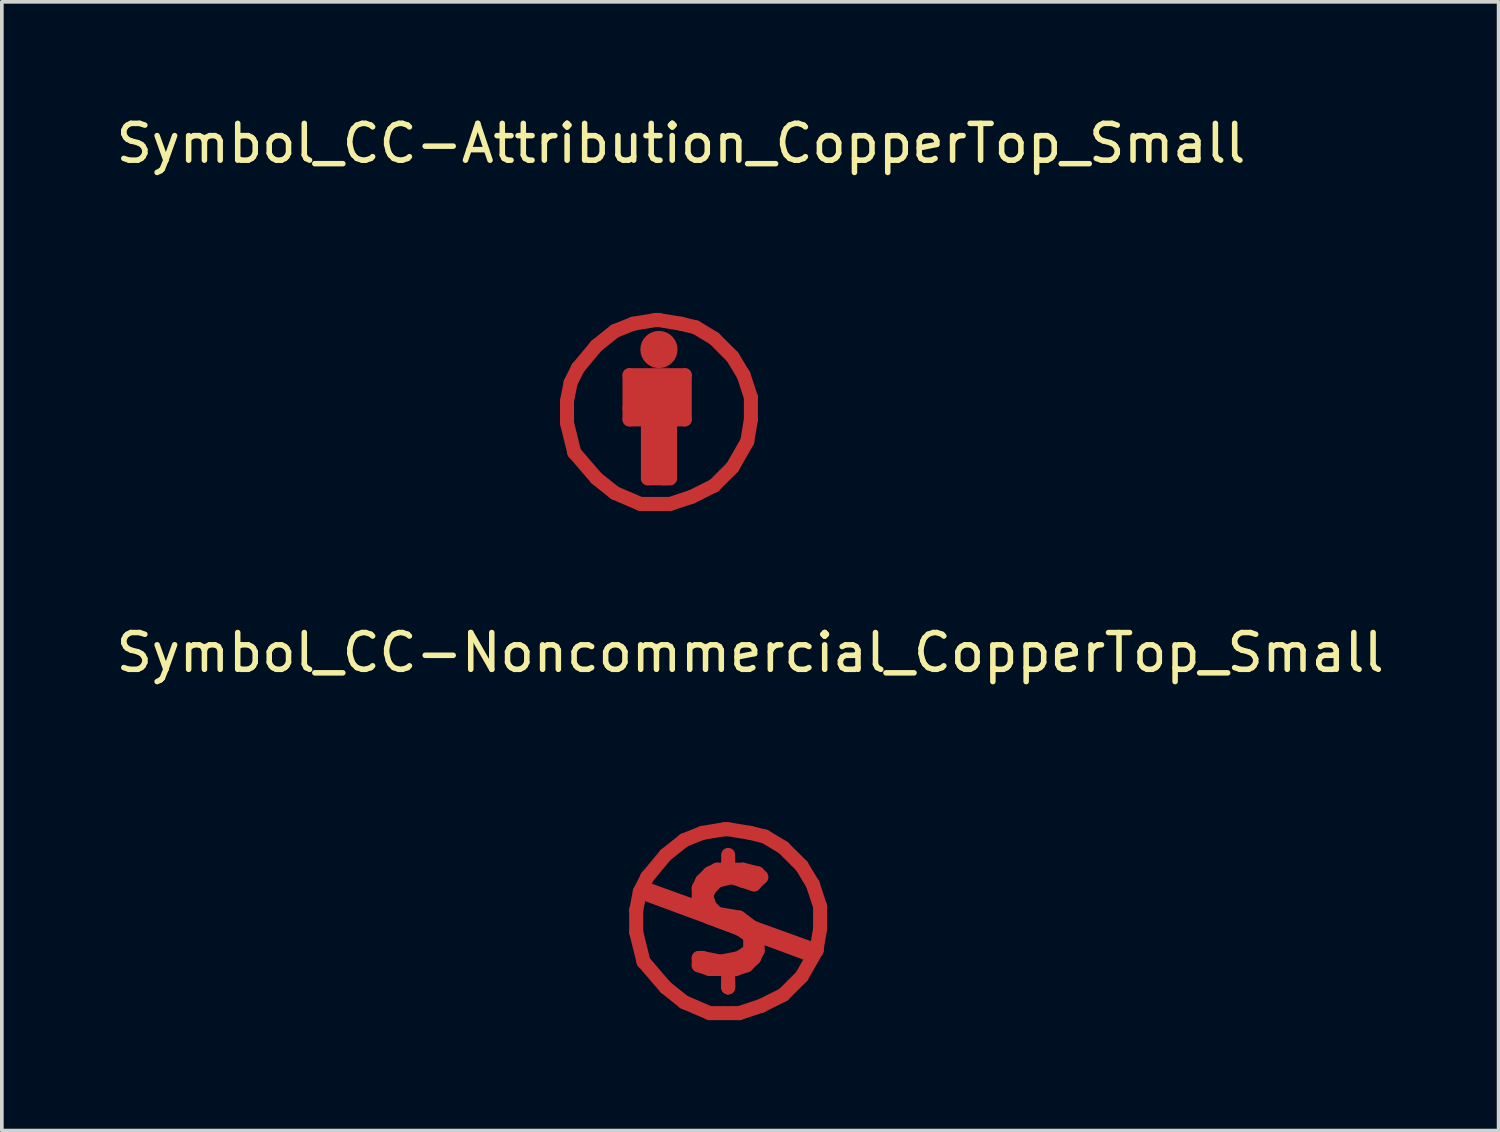
<source format=kicad_pcb>
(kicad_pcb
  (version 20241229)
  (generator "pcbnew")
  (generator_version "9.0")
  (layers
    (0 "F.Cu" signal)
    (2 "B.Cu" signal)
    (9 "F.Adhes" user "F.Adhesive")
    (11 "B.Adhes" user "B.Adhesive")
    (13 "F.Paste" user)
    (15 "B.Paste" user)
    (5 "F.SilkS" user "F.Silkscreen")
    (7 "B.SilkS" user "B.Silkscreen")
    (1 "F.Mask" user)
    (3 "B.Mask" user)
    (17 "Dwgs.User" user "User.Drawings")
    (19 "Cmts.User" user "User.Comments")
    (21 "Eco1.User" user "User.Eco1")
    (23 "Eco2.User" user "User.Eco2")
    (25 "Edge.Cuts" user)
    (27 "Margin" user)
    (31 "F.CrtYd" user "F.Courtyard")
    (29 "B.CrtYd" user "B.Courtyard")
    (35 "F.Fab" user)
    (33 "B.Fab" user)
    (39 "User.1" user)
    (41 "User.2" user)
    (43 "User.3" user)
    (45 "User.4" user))
  (footprint "Symbol_CC-Noncommercial_CopperTop_Small"
    (layer "F.Cu")
    (at 16.74 21.986)
    (property "Reference" "Symbol_CC-Noncommercial_CopperTop_Small" (at 0.599 -7.3 0) (layer "F.SilkS") (effects (font (size 1 1) (thickness 0.15))))
    (attr through_hole)
    (fp_line (start -2.499 -0.3) (end -2.499 0.3) (stroke (width 0.381) (type solid)) (layer "F.Cu"))
    (fp_line (start -2.499 0.3) (end -2.301 1.1) (stroke (width 0.381) (type solid)) (layer "F.Cu"))
    (fp_line (start -2.4 -0.8) (end -2.499 -0.3) (stroke (width 0.381) (type solid)) (layer "F.Cu"))
    (fp_line (start -2.4 -0.8) (end 2.2 0.899) (stroke (width 0.381) (type solid)) (layer "F.Cu"))
    (fp_line (start -2.301 -0.899) (end 2.4 0.8) (stroke (width 0.381) (type solid)) (layer "F.Cu"))
    (fp_line (start -2.301 1.1) (end -1.699 1.801) (stroke (width 0.381) (type solid)) (layer "F.Cu"))
    (fp_line (start -2.2 -1.199) (end -2.4 -0.8) (stroke (width 0.381) (type solid)) (layer "F.Cu"))
    (fp_line (start -1.699 -1.801) (end -2.2 -1.199) (stroke (width 0.381) (type solid)) (layer "F.Cu"))
    (fp_line (start -1.699 1.801) (end -1.199 2.2) (stroke (width 0.381) (type solid)) (layer "F.Cu"))
    (fp_line (start -1.199 -2.2) (end -1.699 -1.801) (stroke (width 0.381) (type solid)) (layer "F.Cu"))
    (fp_line (start -1.199 2.2) (end -0.5 2.499) (stroke (width 0.381) (type solid)) (layer "F.Cu"))
    (fp_line (start -0.8 -0.899) (end -0.8 -0.599) (stroke (width 0.381) (type solid)) (layer "F.Cu"))
    (fp_line (start -0.8 -0.599) (end -0.701 -0.3) (stroke (width 0.381) (type solid)) (layer "F.Cu"))
    (fp_line (start -0.8 1.001) (end -0.8 1.199) (stroke (width 0.381) (type solid)) (layer "F.Cu"))
    (fp_line (start -0.8 1.199) (end -0.5 1.3) (stroke (width 0.381) (type solid)) (layer "F.Cu"))
    (fp_line (start -0.701 -2.4) (end -1.199 -2.2) (stroke (width 0.381) (type solid)) (layer "F.Cu"))
    (fp_line (start -0.701 -1.1) (end -0.8 -0.899) (stroke (width 0.381) (type solid)) (layer "F.Cu"))
    (fp_line (start -0.701 -0.3) (end -0.5 -0.099) (stroke (width 0.381) (type solid)) (layer "F.Cu"))
    (fp_line (start -0.701 1.001) (end -0.8 1.001) (stroke (width 0.381) (type solid)) (layer "F.Cu"))
    (fp_line (start -0.599 -0.701) (end -0.5 -0.899) (stroke (width 0.381) (type solid)) (layer "F.Cu"))
    (fp_line (start -0.5 -1.3) (end -0.701 -1.1) (stroke (width 0.381) (type solid)) (layer "F.Cu"))
    (fp_line (start -0.5 -0.899) (end -0.3 -1.1) (stroke (width 0.381) (type solid)) (layer "F.Cu"))
    (fp_line (start -0.5 -0.399) (end -0.599 -0.701) (stroke (width 0.381) (type solid)) (layer "F.Cu"))
    (fp_line (start -0.5 -0.099) (end 0.3 0.201) (stroke (width 0.381) (type solid)) (layer "F.Cu"))
    (fp_line (start -0.5 1.3) (end 0.201 1.3) (stroke (width 0.381) (type solid)) (layer "F.Cu"))
    (fp_line (start -0.5 2.499) (end 0.3 2.499) (stroke (width 0.381) (type solid)) (layer "F.Cu"))
    (fp_line (start -0.3 -1.4) (end -0.5 -1.3) (stroke (width 0.381) (type solid)) (layer "F.Cu"))
    (fp_line (start -0.3 -1.1) (end 0.099 -1.199) (stroke (width 0.381) (type solid)) (layer "F.Cu"))
    (fp_line (start -0.3 -0.201) (end -0.5 -0.399) (stroke (width 0.381) (type solid)) (layer "F.Cu"))
    (fp_line (start -0.201 1.1) (end -0.701 1.001) (stroke (width 0.381) (type solid)) (layer "F.Cu"))
    (fp_line (start -0.099 -2.499) (end -0.701 -2.4) (stroke (width 0.381) (type solid)) (layer "F.Cu"))
    (fp_line (start 0 -2.499) (end -0.099 -2.499) (stroke (width 0.381) (type solid)) (layer "F.Cu"))
    (fp_line (start 0 -1.501) (end 0 -1.801) (stroke (width 0.381) (type solid)) (layer "F.Cu"))
    (fp_line (start 0 1.3) (end 0 1.801) (stroke (width 0.381) (type solid)) (layer "F.Cu"))
    (fp_line (start 0 1.801) (end 0 1.699) (stroke (width 0.381) (type solid)) (layer "F.Cu"))
    (fp_line (start 0.099 -1.199) (end 0.399 -1.1) (stroke (width 0.381) (type solid)) (layer "F.Cu"))
    (fp_line (start 0.201 1.3) (end 0.5 1.199) (stroke (width 0.381) (type solid)) (layer "F.Cu"))
    (fp_line (start 0.3 -0.099) (end -0.3 -0.201) (stroke (width 0.381) (type solid)) (layer "F.Cu"))
    (fp_line (start 0.3 0.201) (end 0.599 0.399) (stroke (width 0.381) (type solid)) (layer "F.Cu"))
    (fp_line (start 0.3 1.001) (end -0.201 1.1) (stroke (width 0.381) (type solid)) (layer "F.Cu"))
    (fp_line (start 0.3 2.499) (end 0.899 2.301) (stroke (width 0.381) (type solid)) (layer "F.Cu"))
    (fp_line (start 0.399 -1.4) (end -0.3 -1.4) (stroke (width 0.381) (type solid)) (layer "F.Cu"))
    (fp_line (start 0.399 -1.1) (end 0.701 -1.001) (stroke (width 0.381) (type solid)) (layer "F.Cu"))
    (fp_line (start 0.5 1.199) (end 0.701 1.001) (stroke (width 0.381) (type solid)) (layer "F.Cu"))
    (fp_line (start 0.599 -2.4) (end 0 -2.499) (stroke (width 0.381) (type solid)) (layer "F.Cu"))
    (fp_line (start 0.599 0.399) (end 0.599 0.8) (stroke (width 0.381) (type solid)) (layer "F.Cu"))
    (fp_line (start 0.599 0.8) (end 0.3 1.001) (stroke (width 0.381) (type solid)) (layer "F.Cu"))
    (fp_line (start 0.701 -1.001) (end 0.899 -1.199) (stroke (width 0.381) (type solid)) (layer "F.Cu"))
    (fp_line (start 0.701 0.201) (end 0.3 -0.099) (stroke (width 0.381) (type solid)) (layer "F.Cu"))
    (fp_line (start 0.701 1.001) (end 0.8 0.8) (stroke (width 0.381) (type solid)) (layer "F.Cu"))
    (fp_line (start 0.8 -1.3) (end 0.399 -1.4) (stroke (width 0.381) (type solid)) (layer "F.Cu"))
    (fp_line (start 0.8 0.5) (end 0.701 0.201) (stroke (width 0.381) (type solid)) (layer "F.Cu"))
    (fp_line (start 0.8 0.8) (end 0.8 0.5) (stroke (width 0.381) (type solid)) (layer "F.Cu"))
    (fp_line (start 0.899 -1.199) (end 0.8 -1.3) (stroke (width 0.381) (type solid)) (layer "F.Cu"))
    (fp_line (start 0.899 2.301) (end 1.501 1.999) (stroke (width 0.381) (type solid)) (layer "F.Cu"))
    (fp_line (start 1.001 -2.301) (end 0.599 -2.4) (stroke (width 0.381) (type solid)) (layer "F.Cu"))
    (fp_line (start 1.501 -1.999) (end 1.001 -2.301) (stroke (width 0.381) (type solid)) (layer "F.Cu"))
    (fp_line (start 1.501 1.999) (end 1.999 1.501) (stroke (width 0.381) (type solid)) (layer "F.Cu"))
    (fp_line (start 1.999 -1.501) (end 1.501 -1.999) (stroke (width 0.381) (type solid)) (layer "F.Cu"))
    (fp_line (start 1.999 1.501) (end 2.4 0.8) (stroke (width 0.381) (type solid)) (layer "F.Cu"))
    (fp_line (start 2.301 -1.001) (end 1.999 -1.501) (stroke (width 0.381) (type solid)) (layer "F.Cu"))
    (fp_line (start 2.4 0.8) (end 2.499 0.201) (stroke (width 0.381) (type solid)) (layer "F.Cu"))
    (fp_line (start 2.499 -0.399) (end 2.301 -1.001) (stroke (width 0.381) (type solid)) (layer "F.Cu"))
    (fp_line (start 2.499 0.201) (end 2.499 -0.399) (stroke (width 0.381) (type solid)) (layer "F.Cu")))
  (footprint "Symbol_CC-Attribution_CopperTop_Small"
    (layer "F.Cu")
    (at 14.859 8.148)
    (property "Reference" "Symbol_CC-Attribution_CopperTop_Small" (at 0.599 -7.3 0) (layer "F.SilkS") (effects (font (size 1 1) (thickness 0.15))))
    (attr through_hole)
    (fp_line (start -2.499 -0.3) (end -2.499 0.3) (stroke (width 0.381) (type solid)) (layer "F.Cu"))
    (fp_line (start -2.499 0.3) (end -2.301 1.1) (stroke (width 0.381) (type solid)) (layer "F.Cu"))
    (fp_line (start -2.4 -0.8) (end -2.499 -0.3) (stroke (width 0.381) (type solid)) (layer "F.Cu"))
    (fp_line (start -2.301 1.1) (end -1.699 1.801) (stroke (width 0.381) (type solid)) (layer "F.Cu"))
    (fp_line (start -2.2 -1.199) (end -2.4 -0.8) (stroke (width 0.381) (type solid)) (layer "F.Cu"))
    (fp_line (start -1.699 -1.801) (end -2.2 -1.199) (stroke (width 0.381) (type solid)) (layer "F.Cu"))
    (fp_line (start -1.699 1.801) (end -1.199 2.2) (stroke (width 0.381) (type solid)) (layer "F.Cu"))
    (fp_line (start -1.199 -2.2) (end -1.699 -1.801) (stroke (width 0.381) (type solid)) (layer "F.Cu"))
    (fp_line (start -1.199 2.2) (end -0.5 2.499) (stroke (width 0.381) (type solid)) (layer "F.Cu"))
    (fp_line (start -0.8 -1.001) (end 0.701 -1.001) (stroke (width 0.381) (type solid)) (layer "F.Cu"))
    (fp_line (start -0.8 -0.099) (end 0.5 -0.099) (stroke (width 0.381) (type solid)) (layer "F.Cu"))
    (fp_line (start -0.8 0.201) (end -0.8 -1.001) (stroke (width 0.381) (type solid)) (layer "F.Cu"))
    (fp_line (start -0.701 -2.4) (end -1.199 -2.2) (stroke (width 0.381) (type solid)) (layer "F.Cu"))
    (fp_line (start -0.701 -0.701) (end 0.599 -0.701) (stroke (width 0.381) (type solid)) (layer "F.Cu"))
    (fp_line (start -0.5 2.499) (end 0.3 2.499) (stroke (width 0.381) (type solid)) (layer "F.Cu"))
    (fp_line (start -0.3 0.3) (end -0.3 1.801) (stroke (width 0.381) (type solid)) (layer "F.Cu"))
    (fp_line (start -0.3 1.801) (end 0.201 1.801) (stroke (width 0.381) (type solid)) (layer "F.Cu"))
    (fp_line (start -0.099 -2.499) (end -0.701 -2.4) (stroke (width 0.381) (type solid)) (layer "F.Cu"))
    (fp_line (start 0 -2.499) (end -0.099 -2.499) (stroke (width 0.381) (type solid)) (layer "F.Cu"))
    (fp_line (start 0 -1.9) (end 0 -1.501) (stroke (width 0.381) (type solid)) (layer "F.Cu"))
    (fp_line (start 0 0.3) (end 0 1.6) (stroke (width 0.381) (type solid)) (layer "F.Cu"))
    (fp_line (start 0.099 1.801) (end 0.3 1.801) (stroke (width 0.381) (type solid)) (layer "F.Cu"))
    (fp_line (start 0.3 1.801) (end 0.3 0.201) (stroke (width 0.381) (type solid)) (layer "F.Cu"))
    (fp_line (start 0.3 2.499) (end 0.899 2.301) (stroke (width 0.381) (type solid)) (layer "F.Cu"))
    (fp_line (start 0.5 -0.399) (end -0.701 -0.399) (stroke (width 0.381) (type solid)) (layer "F.Cu"))
    (fp_line (start 0.599 -2.4) (end 0 -2.499) (stroke (width 0.381) (type solid)) (layer "F.Cu"))
    (fp_line (start 0.701 -1.001) (end 0.701 0.201) (stroke (width 0.381) (type solid)) (layer "F.Cu"))
    (fp_line (start 0.701 0.201) (end -0.8 0.201) (stroke (width 0.381) (type solid)) (layer "F.Cu"))
    (fp_line (start 0.899 2.301) (end 1.501 1.999) (stroke (width 0.381) (type solid)) (layer "F.Cu"))
    (fp_line (start 1.001 -2.301) (end 0.599 -2.4) (stroke (width 0.381) (type solid)) (layer "F.Cu"))
    (fp_line (start 1.501 -1.999) (end 1.001 -2.301) (stroke (width 0.381) (type solid)) (layer "F.Cu"))
    (fp_line (start 1.501 1.999) (end 1.999 1.501) (stroke (width 0.381) (type solid)) (layer "F.Cu"))
    (fp_line (start 1.999 -1.501) (end 1.501 -1.999) (stroke (width 0.381) (type solid)) (layer "F.Cu"))
    (fp_line (start 1.999 1.501) (end 2.4 0.8) (stroke (width 0.381) (type solid)) (layer "F.Cu"))
    (fp_line (start 2.301 -1.001) (end 1.999 -1.501) (stroke (width 0.381) (type solid)) (layer "F.Cu"))
    (fp_line (start 2.4 0.8) (end 2.499 0.201) (stroke (width 0.381) (type solid)) (layer "F.Cu"))
    (fp_line (start 2.499 -0.399) (end 2.301 -1.001) (stroke (width 0.381) (type solid)) (layer "F.Cu"))
    (fp_line (start 2.499 0.201) (end 2.499 -0.399) (stroke (width 0.381) (type solid)) (layer "F.Cu"))
    (fp_circle (center 0 -1.699) (end 0.099 -1.4) (stroke (width 0.381) (type solid)) (fill no) (layer "F.Cu")))
  (gr_rect
    (start -3 -3)
    (end 37.679 27.676)
    (stroke (width 0.1) (type default))
    (fill no)
    (layer "Edge.Cuts")))
</source>
